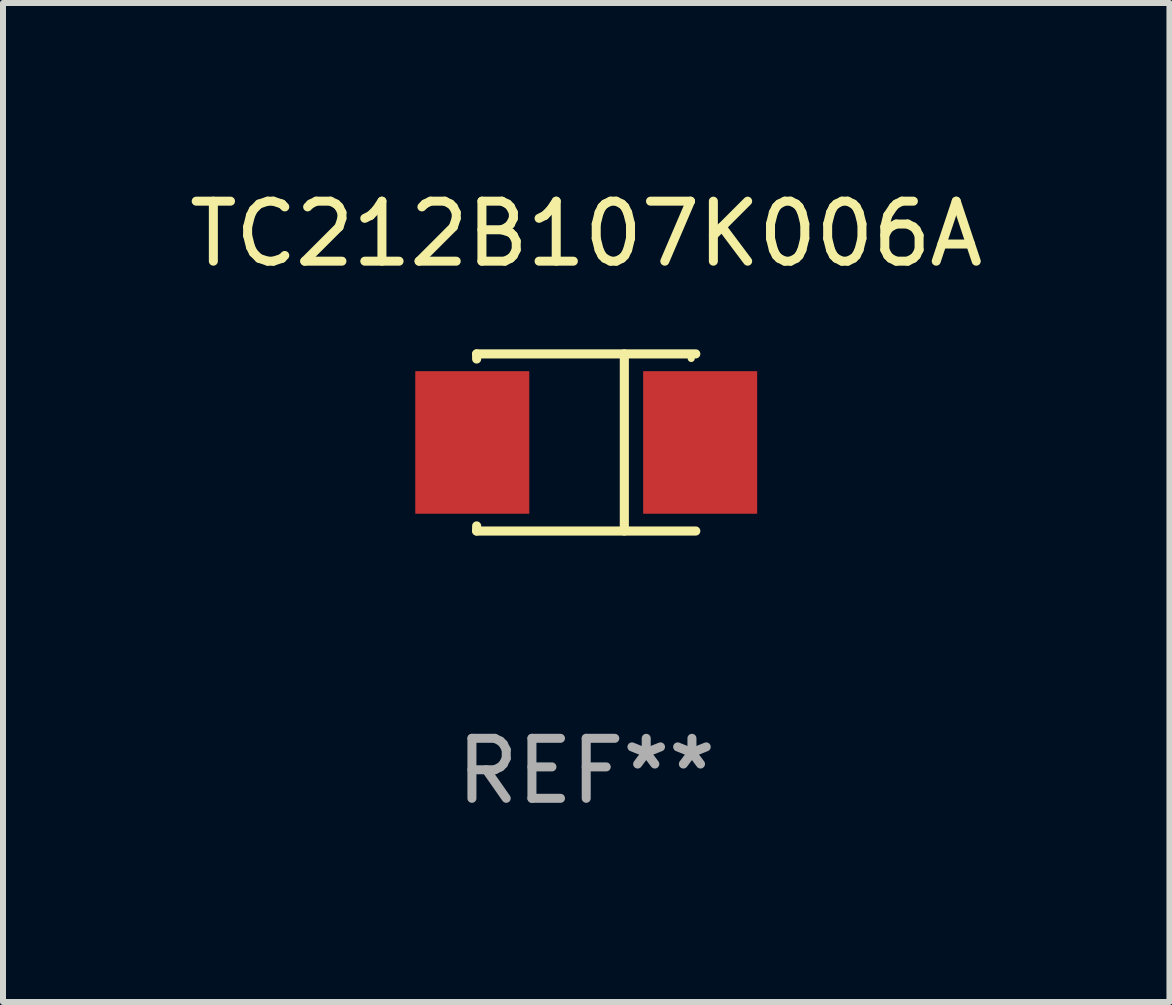
<source format=kicad_pcb>
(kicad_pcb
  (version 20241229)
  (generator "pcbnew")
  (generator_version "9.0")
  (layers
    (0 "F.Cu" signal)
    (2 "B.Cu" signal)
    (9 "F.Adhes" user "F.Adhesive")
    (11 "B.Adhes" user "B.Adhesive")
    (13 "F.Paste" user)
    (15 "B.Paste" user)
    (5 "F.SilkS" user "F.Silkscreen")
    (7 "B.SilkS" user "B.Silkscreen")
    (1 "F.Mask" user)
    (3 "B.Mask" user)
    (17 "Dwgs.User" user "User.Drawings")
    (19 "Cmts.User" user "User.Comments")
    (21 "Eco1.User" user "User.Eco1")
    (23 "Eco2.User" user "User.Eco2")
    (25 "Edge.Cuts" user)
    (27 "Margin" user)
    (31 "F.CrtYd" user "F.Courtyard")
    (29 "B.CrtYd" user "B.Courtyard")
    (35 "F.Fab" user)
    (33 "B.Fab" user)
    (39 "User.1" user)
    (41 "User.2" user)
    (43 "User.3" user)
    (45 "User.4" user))
  (footprint "TC212B107K006A"
    (layer "F.Cu")
    (at 6.72 4.324)
    (property "Reference" "TC212B107K006A" (at 0 -3.476 0) (layer "F.SilkS") (effects (font (size 1 1) (thickness 0.15))))
    (attr through_hole)
    (fp_line (start -1.826 -1.476) (end -1.826 -1.391) (stroke (width 0.152) (type solid)) (layer "F.SilkS"))
    (fp_line (start -1.826 -1.476) (end 1.826 -1.476) (stroke (width 0.152) (type solid)) (layer "F.SilkS"))
    (fp_line (start -1.826 1.476) (end -1.826 1.391) (stroke (width 0.152) (type solid)) (layer "F.SilkS"))
    (fp_line (start -1.826 1.476) (end 1.826 1.476) (stroke (width 0.152) (type solid)) (layer "F.SilkS"))
    (fp_line (start 0.635 -1.476) (end 0.635 1.476) (stroke (width 0.152) (type solid)) (layer "F.SilkS"))
    (fp_circle (center 1.75 -1.4) (end 1.78 -1.4) (stroke (width 0.06) (type solid)) (fill no) (layer "F.SilkS"))
    (fp_text user "REF**" (at 0 5.476 0) (layer "F.Fab") (effects (font (size 1 1) (thickness 0.15))))
    (pad "1" smd rect (at 1.899 0) (size 1.9 2.376) (layers "F.Cu" "F.Mask" "F.Paste"))
    (pad "2" smd rect (at -1.899 0) (size 1.9 2.376) (layers "F.Cu" "F.Mask" "F.Paste")))
  (gr_rect
    (start -3 -3)
    (end 16.44 13.649)
    (stroke (width 0.1) (type default))
    (fill no)
    (layer "Edge.Cuts")))
</source>
